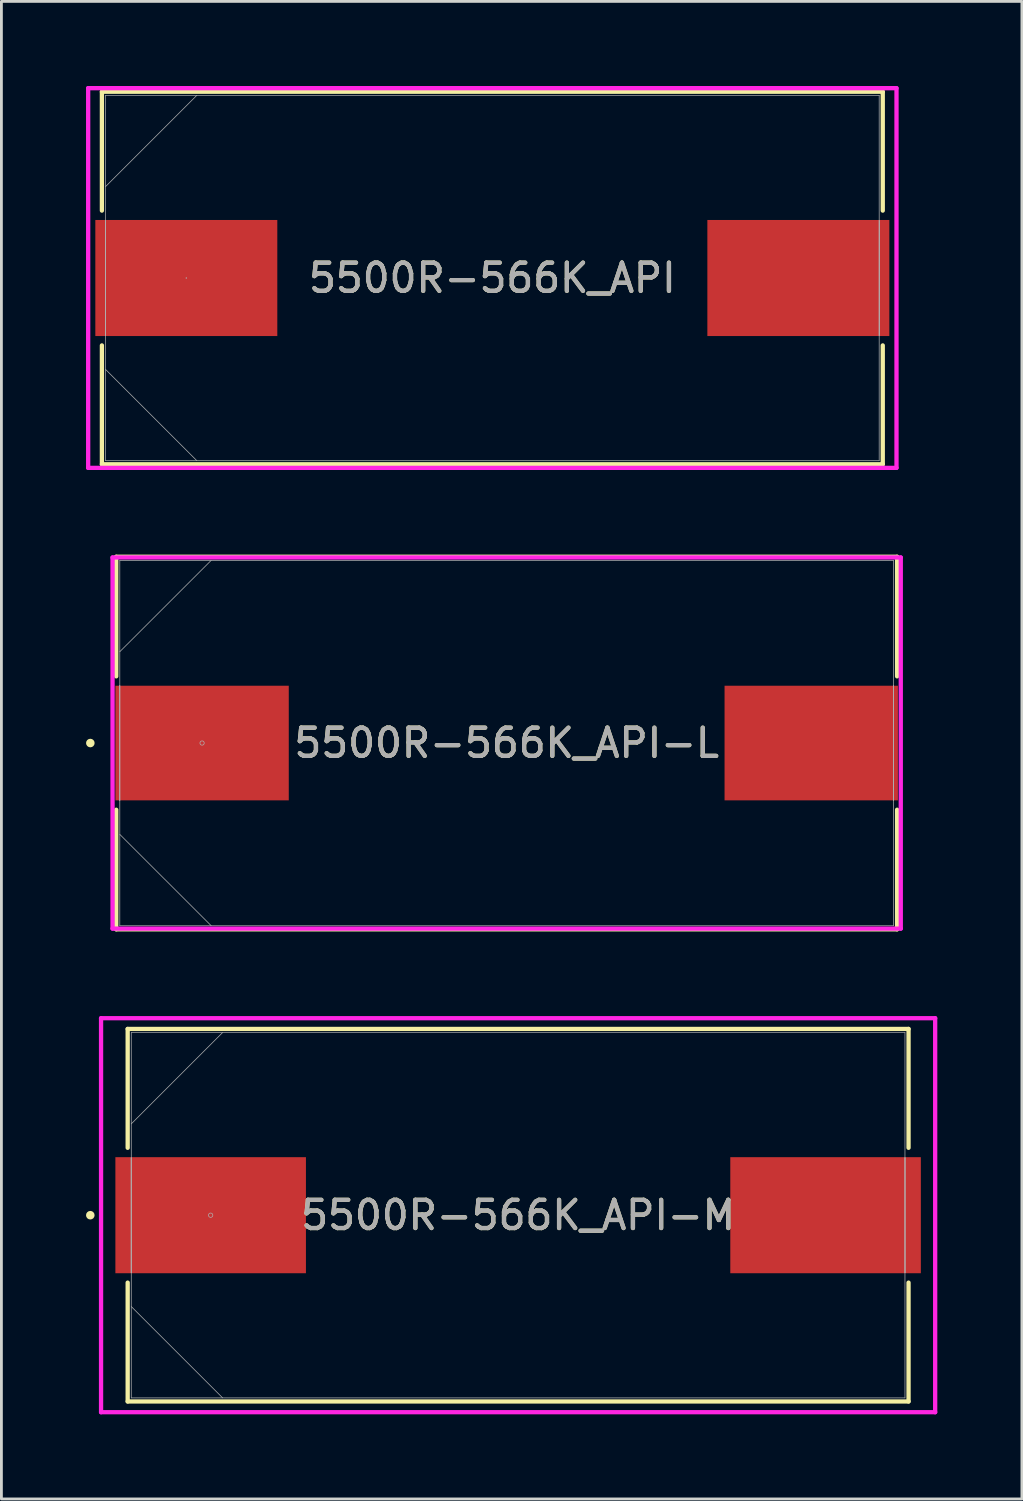
<source format=kicad_pcb>
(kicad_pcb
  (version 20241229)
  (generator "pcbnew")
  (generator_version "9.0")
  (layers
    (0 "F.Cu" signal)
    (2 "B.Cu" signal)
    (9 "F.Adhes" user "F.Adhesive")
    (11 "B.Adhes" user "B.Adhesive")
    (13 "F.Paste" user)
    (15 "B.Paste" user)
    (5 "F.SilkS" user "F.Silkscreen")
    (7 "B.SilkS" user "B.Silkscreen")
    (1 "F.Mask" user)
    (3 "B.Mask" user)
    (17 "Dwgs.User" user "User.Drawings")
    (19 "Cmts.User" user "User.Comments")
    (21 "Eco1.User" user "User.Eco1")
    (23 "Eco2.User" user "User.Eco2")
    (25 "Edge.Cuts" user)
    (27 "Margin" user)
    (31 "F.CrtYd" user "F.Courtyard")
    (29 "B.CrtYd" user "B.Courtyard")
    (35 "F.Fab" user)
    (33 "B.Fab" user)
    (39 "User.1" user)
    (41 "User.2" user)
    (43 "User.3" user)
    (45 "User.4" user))
  (footprint "5500R-566K_API-M"
    (layer "F.Cu")
    (at 15.32 40.036)
    (property "Reference" "5500R-566K_API-M" (at 0 0 0) (unlocked yes) (layer "F.SilkS") (effects (font (size 1 1) (thickness 0.15))))
    (attr smd)
    (fp_line (start -13.843 -6.604) (end -13.843 -2.39) (stroke (width 0.152) (type solid)) (layer "F.SilkS"))
    (fp_line (start -13.843 2.39) (end -13.843 6.604) (stroke (width 0.152) (type solid)) (layer "F.SilkS"))
    (fp_line (start -13.843 6.604) (end 13.843 6.604) (stroke (width 0.152) (type solid)) (layer "F.SilkS"))
    (fp_line (start 13.843 -6.604) (end -13.843 -6.604) (stroke (width 0.152) (type solid)) (layer "F.SilkS"))
    (fp_line (start 13.843 -2.39) (end 13.843 -6.604) (stroke (width 0.152) (type solid)) (layer "F.SilkS"))
    (fp_line (start 13.843 6.604) (end 13.843 2.39) (stroke (width 0.152) (type solid)) (layer "F.SilkS"))
    (fp_circle (center -15.168 0) (end -15.092 0) (stroke (width 0.152) (type solid)) (fill no) (layer "F.SilkS"))
    (fp_line (start -14.787 -6.985) (end 14.787 -6.985) (stroke (width 0.152) (type solid)) (layer "F.CrtYd"))
    (fp_line (start -14.787 6.985) (end -14.787 -6.985) (stroke (width 0.152) (type solid)) (layer "F.CrtYd"))
    (fp_line (start 14.787 -6.985) (end 14.787 6.985) (stroke (width 0.152) (type solid)) (layer "F.CrtYd"))
    (fp_line (start 14.787 6.985) (end -14.787 6.985) (stroke (width 0.152) (type solid)) (layer "F.CrtYd"))
    (fp_line (start -13.72 -2.032) (end -13.72 2.032) (stroke (width 0.025) (type solid)) (layer "F.Fab"))
    (fp_line (start -13.72 2.032) (end -13.716 2.032) (stroke (width 0.025) (type solid)) (layer "F.Fab"))
    (fp_line (start -13.716 -6.477) (end -13.716 6.477) (stroke (width 0.025) (type solid)) (layer "F.Fab"))
    (fp_line (start -13.716 -3.239) (end -10.477 -6.477) (stroke (width 0.025) (type solid)) (layer "F.Fab"))
    (fp_line (start -13.716 -2.032) (end -13.72 -2.032) (stroke (width 0.025) (type solid)) (layer "F.Fab"))
    (fp_line (start -13.716 2.032) (end -13.716 -2.032) (stroke (width 0.025) (type solid)) (layer "F.Fab"))
    (fp_line (start -13.716 3.239) (end -10.477 6.477) (stroke (width 0.025) (type solid)) (layer "F.Fab"))
    (fp_line (start -13.716 6.477) (end 13.716 6.477) (stroke (width 0.025) (type solid)) (layer "F.Fab"))
    (fp_line (start 13.716 -6.477) (end -13.716 -6.477) (stroke (width 0.025) (type solid)) (layer "F.Fab"))
    (fp_line (start 13.716 -2.032) (end 13.716 2.032) (stroke (width 0.025) (type solid)) (layer "F.Fab"))
    (fp_line (start 13.716 2.032) (end 13.72 2.032) (stroke (width 0.025) (type solid)) (layer "F.Fab"))
    (fp_line (start 13.716 6.477) (end 13.716 -6.477) (stroke (width 0.025) (type solid)) (layer "F.Fab"))
    (fp_line (start 13.72 -2.032) (end 13.716 -2.032) (stroke (width 0.025) (type solid)) (layer "F.Fab"))
    (fp_line (start 13.72 2.032) (end 13.72 -2.032) (stroke (width 0.025) (type solid)) (layer "F.Fab"))
    (fp_circle (center -10.901 0) (end -10.824 0) (stroke (width 0.025) (type solid)) (fill no) (layer "F.Fab"))
    (fp_text user "${REFERENCE}" (at 0 0 0) (unlocked yes) (layer "F.Fab") (effects (font (size 1 1) (thickness 0.15))))
    (pad "1" smd rect (at -10.901 0) (size 6.756 4.115) (layers "F.Cu" "F.Mask" "F.Paste"))
    (pad "2" smd rect (at 10.901 0) (size 6.756 4.115) (layers "F.Cu" "F.Mask" "F.Paste"))
    (zone (net_name "") (layer "F.Cu") (hatch full 0.508) (connect_pads) (min_thickness 0.254) (filled_areas_thickness no) (keepout (tracks not_allowed) (vias not_allowed) (pads allowed) (copperpour not_allowed) (footprints allowed)) (placement (enabled no)) (fill) (polygon (pts (xy 7.849 33.61) (xy 22.792 33.61) (xy 22.792 46.462) (xy 7.849 46.462)))))
  (footprint "5500R-566K_API-L"
    (layer "F.Cu")
    (at 14.914 23.295)
    (property "Reference" "5500R-566K_API-L" (at 0 0 0) (unlocked yes) (layer "F.SilkS") (effects (font (size 1 1) (thickness 0.15))))
    (attr smd)
    (fp_line (start -13.843 -6.604) (end -13.843 -2.365) (stroke (width 0.152) (type solid)) (layer "F.SilkS"))
    (fp_line (start -13.843 2.365) (end -13.843 6.604) (stroke (width 0.152) (type solid)) (layer "F.SilkS"))
    (fp_line (start -13.843 6.604) (end 13.843 6.604) (stroke (width 0.152) (type solid)) (layer "F.SilkS"))
    (fp_line (start 13.843 -6.604) (end -13.843 -6.604) (stroke (width 0.152) (type solid)) (layer "F.SilkS"))
    (fp_line (start 13.843 -2.365) (end 13.843 -6.604) (stroke (width 0.152) (type solid)) (layer "F.SilkS"))
    (fp_line (start 13.843 6.604) (end 13.843 2.365) (stroke (width 0.152) (type solid)) (layer "F.SilkS"))
    (fp_circle (center -14.761 0) (end -14.685 0) (stroke (width 0.152) (type solid)) (fill no) (layer "F.SilkS"))
    (fp_line (start -13.974 -6.579) (end 13.974 -6.579) (stroke (width 0.152) (type solid)) (layer "F.CrtYd"))
    (fp_line (start -13.974 6.579) (end -13.974 -6.579) (stroke (width 0.152) (type solid)) (layer "F.CrtYd"))
    (fp_line (start 13.974 -6.579) (end 13.974 6.579) (stroke (width 0.152) (type solid)) (layer "F.CrtYd"))
    (fp_line (start 13.974 6.579) (end -13.974 6.579) (stroke (width 0.152) (type solid)) (layer "F.CrtYd"))
    (fp_line (start -13.72 -2.032) (end -13.72 2.032) (stroke (width 0.025) (type solid)) (layer "F.Fab"))
    (fp_line (start -13.72 2.032) (end -13.716 2.032) (stroke (width 0.025) (type solid)) (layer "F.Fab"))
    (fp_line (start -13.716 -6.477) (end -13.716 6.477) (stroke (width 0.025) (type solid)) (layer "F.Fab"))
    (fp_line (start -13.716 -3.239) (end -10.477 -6.477) (stroke (width 0.025) (type solid)) (layer "F.Fab"))
    (fp_line (start -13.716 -2.032) (end -13.72 -2.032) (stroke (width 0.025) (type solid)) (layer "F.Fab"))
    (fp_line (start -13.716 2.032) (end -13.716 -2.032) (stroke (width 0.025) (type solid)) (layer "F.Fab"))
    (fp_line (start -13.716 3.239) (end -10.477 6.477) (stroke (width 0.025) (type solid)) (layer "F.Fab"))
    (fp_line (start -13.716 6.477) (end 13.716 6.477) (stroke (width 0.025) (type solid)) (layer "F.Fab"))
    (fp_line (start 13.716 -6.477) (end -13.716 -6.477) (stroke (width 0.025) (type solid)) (layer "F.Fab"))
    (fp_line (start 13.716 -2.032) (end 13.716 2.032) (stroke (width 0.025) (type solid)) (layer "F.Fab"))
    (fp_line (start 13.716 2.032) (end 13.72 2.032) (stroke (width 0.025) (type solid)) (layer "F.Fab"))
    (fp_line (start 13.716 6.477) (end 13.716 -6.477) (stroke (width 0.025) (type solid)) (layer "F.Fab"))
    (fp_line (start 13.72 -2.032) (end 13.716 -2.032) (stroke (width 0.025) (type solid)) (layer "F.Fab"))
    (fp_line (start 13.72 2.032) (end 13.72 -2.032) (stroke (width 0.025) (type solid)) (layer "F.Fab"))
    (fp_circle (center -10.799 0) (end -10.723 0) (stroke (width 0.025) (type solid)) (fill no) (layer "F.Fab"))
    (fp_text user "${REFERENCE}" (at 0 0 0) (unlocked yes) (layer "F.Fab") (effects (font (size 1 1) (thickness 0.15))))
    (pad "1" smd rect (at -10.799 0) (size 6.147 4.064) (layers "F.Cu" "F.Mask" "F.Paste"))
    (pad "2" smd rect (at 10.799 0) (size 6.147 4.064) (layers "F.Cu" "F.Mask" "F.Paste"))
    (zone (net_name "") (layer "F.Cu") (hatch full 0.508) (connect_pads) (min_thickness 0.254) (filled_areas_thickness no) (keepout (tracks not_allowed) (vias not_allowed) (pads allowed) (copperpour not_allowed) (footprints allowed)) (placement (enabled no)) (fill) (polygon (pts (xy 7.239 16.868) (xy 22.589 16.868) (xy 22.589 29.721) (xy 7.239 29.721)))))
  (footprint "5500R-566K_API"
    (layer "F.Cu")
    (at 14.406 6.807)
    (property "Reference" "5500R-566K_API" (at 0 0 0) (unlocked yes) (layer "F.SilkS") (effects (font (size 1 1) (thickness 0.15))))
    (attr smd)
    (fp_line (start -13.843 -6.604) (end -13.843 -2.39) (stroke (width 0.152) (type solid)) (layer "F.SilkS"))
    (fp_line (start -13.843 2.39) (end -13.843 6.604) (stroke (width 0.152) (type solid)) (layer "F.SilkS"))
    (fp_line (start -13.843 6.604) (end 13.843 6.604) (stroke (width 0.152) (type solid)) (layer "F.SilkS"))
    (fp_line (start 13.843 -6.604) (end -13.843 -6.604) (stroke (width 0.152) (type solid)) (layer "F.SilkS"))
    (fp_line (start 13.843 -2.39) (end 13.843 -6.604) (stroke (width 0.152) (type solid)) (layer "F.SilkS"))
    (fp_line (start 13.843 6.604) (end 13.843 2.39) (stroke (width 0.152) (type solid)) (layer "F.SilkS"))
    (fp_line (start -14.33 -6.731) (end 14.33 -6.731) (stroke (width 0.152) (type solid)) (layer "F.CrtYd"))
    (fp_line (start -14.33 6.731) (end -14.33 -6.731) (stroke (width 0.152) (type solid)) (layer "F.CrtYd"))
    (fp_line (start 14.33 -6.731) (end 14.33 6.731) (stroke (width 0.152) (type solid)) (layer "F.CrtYd"))
    (fp_line (start 14.33 6.731) (end -14.33 6.731) (stroke (width 0.152) (type solid)) (layer "F.CrtYd"))
    (fp_line (start -13.72 -2.032) (end -13.72 2.032) (stroke (width 0.025) (type solid)) (layer "F.Fab"))
    (fp_line (start -13.72 2.032) (end -13.716 2.032) (stroke (width 0.025) (type solid)) (layer "F.Fab"))
    (fp_line (start -13.716 -6.477) (end -13.716 6.477) (stroke (width 0.025) (type solid)) (layer "F.Fab"))
    (fp_line (start -13.716 -3.239) (end -10.477 -6.477) (stroke (width 0.025) (type solid)) (layer "F.Fab"))
    (fp_line (start -13.716 -2.032) (end -13.72 -2.032) (stroke (width 0.025) (type solid)) (layer "F.Fab"))
    (fp_line (start -13.716 2.032) (end -13.716 -2.032) (stroke (width 0.025) (type solid)) (layer "F.Fab"))
    (fp_line (start -13.716 3.239) (end -10.477 6.477) (stroke (width 0.025) (type solid)) (layer "F.Fab"))
    (fp_line (start -13.716 6.477) (end 13.716 6.477) (stroke (width 0.025) (type solid)) (layer "F.Fab"))
    (fp_line (start 13.716 -6.477) (end -13.716 -6.477) (stroke (width 0.025) (type solid)) (layer "F.Fab"))
    (fp_line (start 13.716 -2.032) (end 13.716 2.032) (stroke (width 0.025) (type solid)) (layer "F.Fab"))
    (fp_line (start 13.716 2.032) (end 13.72 2.032) (stroke (width 0.025) (type solid)) (layer "F.Fab"))
    (fp_line (start 13.716 6.477) (end 13.716 -6.477) (stroke (width 0.025) (type solid)) (layer "F.Fab"))
    (fp_line (start 13.72 -2.032) (end 13.716 -2.032) (stroke (width 0.025) (type solid)) (layer "F.Fab"))
    (fp_line (start 13.72 2.032) (end 13.72 -2.032) (stroke (width 0.025) (type solid)) (layer "F.Fab"))
    (fp_circle (center -10.85 0) (end -10.85 0) (stroke (width 0.025) (type solid)) (fill no) (layer "F.Fab"))
    (fp_text user "${REFERENCE}" (at 0 0 0) (unlocked yes) (layer "F.Fab") (effects (font (size 1 1) (thickness 0.15))))
    (pad "1" smd rect (at -10.85 0) (size 6.452 4.115) (layers "F.Cu" "F.Mask" "F.Paste"))
    (pad "2" smd rect (at 10.85 0) (size 6.452 4.115) (layers "F.Cu" "F.Mask" "F.Paste"))
    (zone (net_name "") (layer "F.Cu") (hatch full 0.508) (connect_pads) (min_thickness 0.254) (filled_areas_thickness no) (keepout (tracks not_allowed) (vias not_allowed) (pads allowed) (copperpour not_allowed) (footprints allowed)) (placement (enabled no)) (fill) (polygon (pts (xy 6.833 0.381) (xy 21.979 0.381) (xy 21.979 13.233) (xy 6.833 13.233)))))
  (gr_rect
    (start -3 -3)
    (end 33.183 50.097)
    (stroke (width 0.1) (type default))
    (fill no)
    (layer "Edge.Cuts")))
</source>
